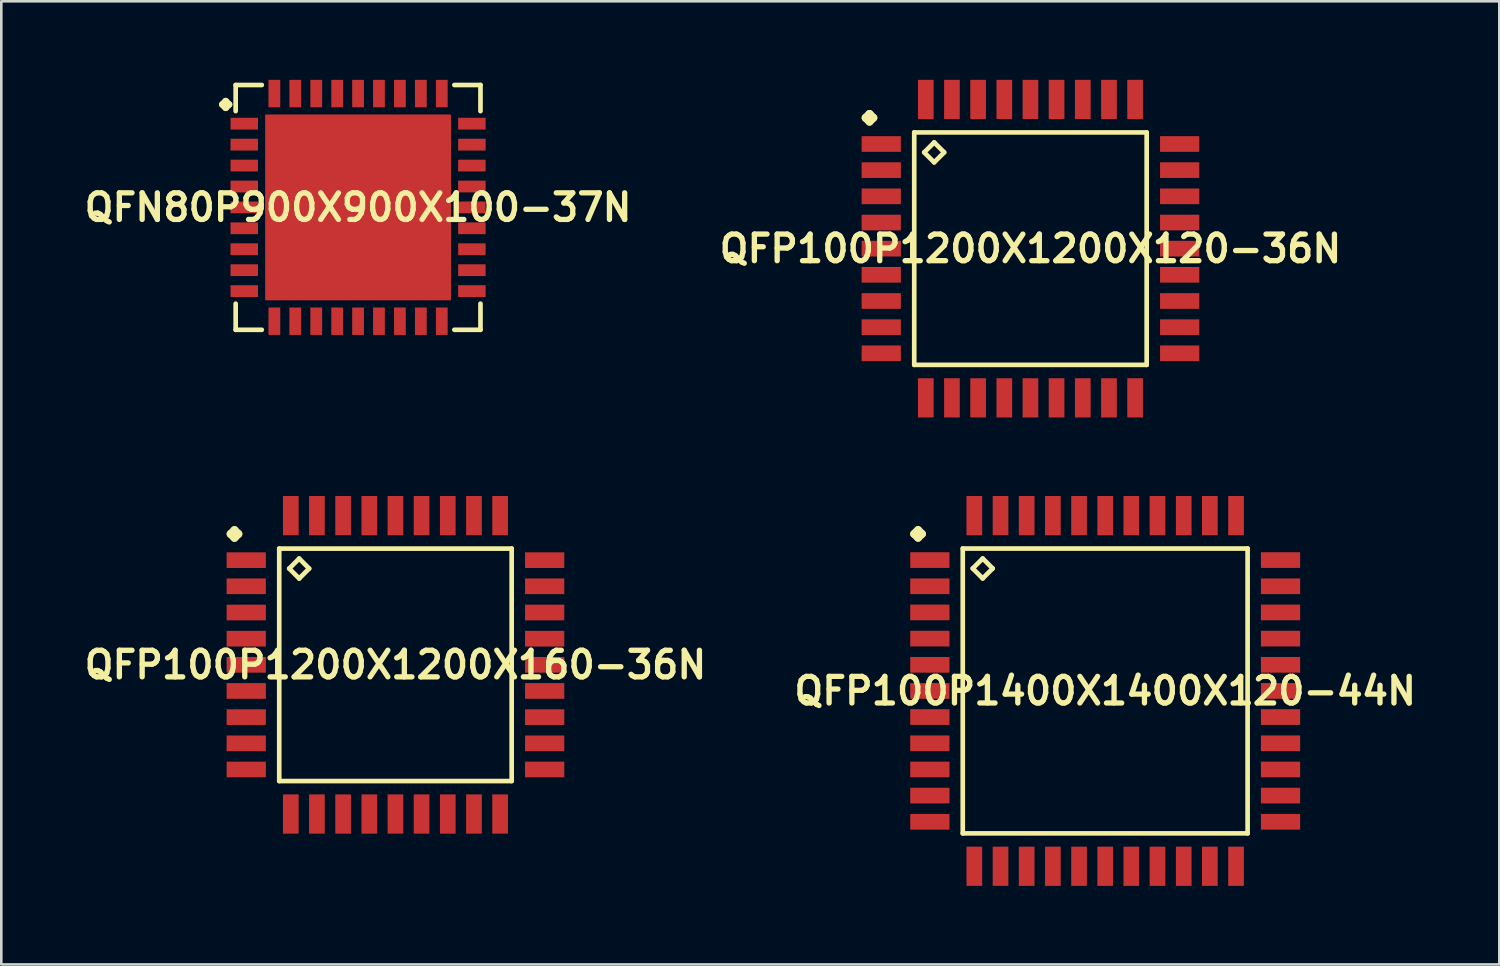
<source format=kicad_pcb>
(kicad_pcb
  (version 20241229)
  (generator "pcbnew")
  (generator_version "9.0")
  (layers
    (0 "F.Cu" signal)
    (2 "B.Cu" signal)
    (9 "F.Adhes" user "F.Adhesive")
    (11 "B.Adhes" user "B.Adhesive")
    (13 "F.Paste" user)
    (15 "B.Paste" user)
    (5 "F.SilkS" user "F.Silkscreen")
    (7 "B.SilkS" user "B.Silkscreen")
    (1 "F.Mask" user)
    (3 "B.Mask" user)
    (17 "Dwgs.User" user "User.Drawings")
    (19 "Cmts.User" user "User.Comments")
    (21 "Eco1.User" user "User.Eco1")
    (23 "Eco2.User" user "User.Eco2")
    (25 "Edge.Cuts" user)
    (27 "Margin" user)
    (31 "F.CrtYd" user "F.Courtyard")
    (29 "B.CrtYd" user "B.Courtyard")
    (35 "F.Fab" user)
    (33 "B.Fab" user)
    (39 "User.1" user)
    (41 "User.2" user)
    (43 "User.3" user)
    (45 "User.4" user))
  (footprint "QFP100P1200X1200X120-36N"
    (layer "F.Cu")
    (at 36.315 6.449)
    (property "Reference" "QFP100P1200X1200X120-36N" (at 0 0 0) (layer "F.SilkS") (effects (font (size 1.016 1.016) (thickness 0.203))))
    (attr smd)
    (fp_line (start -6.299 -4.999) (end -6.149 -5.149) (stroke (width 0.3) (type solid)) (layer "F.SilkS"))
    (fp_line (start -6.149 -5.149) (end -5.999 -4.999) (stroke (width 0.3) (type solid)) (layer "F.SilkS"))
    (fp_line (start -6.149 -4.849) (end -6.299 -4.999) (stroke (width 0.3) (type solid)) (layer "F.SilkS"))
    (fp_line (start -5.999 -4.999) (end -6.149 -4.849) (stroke (width 0.3) (type solid)) (layer "F.SilkS"))
    (fp_line (start -4.44 -4.44) (end -4.44 4.44) (stroke (width 0.178) (type solid)) (layer "F.SilkS"))
    (fp_line (start -4.44 4.44) (end 4.44 4.44) (stroke (width 0.178) (type solid)) (layer "F.SilkS"))
    (fp_line (start -4.059 -3.678) (end -3.678 -4.059) (stroke (width 0.178) (type solid)) (layer "F.SilkS"))
    (fp_line (start -3.678 -4.059) (end -3.297 -3.678) (stroke (width 0.178) (type solid)) (layer "F.SilkS"))
    (fp_line (start -3.678 -3.297) (end -4.059 -3.678) (stroke (width 0.178) (type solid)) (layer "F.SilkS"))
    (fp_line (start -3.297 -3.678) (end -3.678 -3.297) (stroke (width 0.178) (type solid)) (layer "F.SilkS"))
    (fp_line (start 4.44 -4.44) (end -4.44 -4.44) (stroke (width 0.178) (type solid)) (layer "F.SilkS"))
    (fp_line (start 4.44 4.44) (end 4.44 -4.44) (stroke (width 0.178) (type solid)) (layer "F.SilkS"))
    (pad "1" smd rect (at -5.7 -3.998) (size 1.499 0.599) (layers "F.Cu" "F.Mask" "F.Paste"))
    (pad "2" smd rect (at -5.7 -3) (size 1.499 0.599) (layers "F.Cu" "F.Mask" "F.Paste"))
    (pad "3" smd rect (at -5.7 -1.999) (size 1.499 0.599) (layers "F.Cu" "F.Mask" "F.Paste"))
    (pad "4" smd rect (at -5.7 -0.998) (size 1.499 0.599) (layers "F.Cu" "F.Mask" "F.Paste"))
    (pad "5" smd rect (at -5.7 0) (size 1.499 0.599) (layers "F.Cu" "F.Mask" "F.Paste"))
    (pad "6" smd rect (at -5.7 0.998) (size 1.499 0.599) (layers "F.Cu" "F.Mask" "F.Paste"))
    (pad "7" smd rect (at -5.7 1.999) (size 1.499 0.599) (layers "F.Cu" "F.Mask" "F.Paste"))
    (pad "8" smd rect (at -5.7 3) (size 1.499 0.599) (layers "F.Cu" "F.Mask" "F.Paste"))
    (pad "9" smd rect (at -5.7 3.998) (size 1.499 0.599) (layers "F.Cu" "F.Mask" "F.Paste"))
    (pad "10" smd rect (at -3.998 5.7) (size 0.599 1.499) (layers "F.Cu" "F.Mask" "F.Paste"))
    (pad "11" smd rect (at -3 5.7) (size 0.599 1.499) (layers "F.Cu" "F.Mask" "F.Paste"))
    (pad "12" smd rect (at -1.999 5.7) (size 0.599 1.499) (layers "F.Cu" "F.Mask" "F.Paste"))
    (pad "13" smd rect (at -0.998 5.7) (size 0.599 1.499) (layers "F.Cu" "F.Mask" "F.Paste"))
    (pad "14" smd rect (at 0 5.7) (size 0.599 1.499) (layers "F.Cu" "F.Mask" "F.Paste"))
    (pad "15" smd rect (at 0.998 5.7) (size 0.599 1.499) (layers "F.Cu" "F.Mask" "F.Paste"))
    (pad "16" smd rect (at 1.999 5.7) (size 0.599 1.499) (layers "F.Cu" "F.Mask" "F.Paste"))
    (pad "17" smd rect (at 3 5.7) (size 0.599 1.499) (layers "F.Cu" "F.Mask" "F.Paste"))
    (pad "18" smd rect (at 3.998 5.7) (size 0.599 1.499) (layers "F.Cu" "F.Mask" "F.Paste"))
    (pad "19" smd rect (at 5.7 3.998) (size 1.499 0.599) (layers "F.Cu" "F.Mask" "F.Paste"))
    (pad "20" smd rect (at 5.7 3) (size 1.499 0.599) (layers "F.Cu" "F.Mask" "F.Paste"))
    (pad "21" smd rect (at 5.7 1.999) (size 1.499 0.599) (layers "F.Cu" "F.Mask" "F.Paste"))
    (pad "22" smd rect (at 5.7 0.998) (size 1.499 0.599) (layers "F.Cu" "F.Mask" "F.Paste"))
    (pad "23" smd rect (at 5.7 0) (size 1.499 0.599) (layers "F.Cu" "F.Mask" "F.Paste"))
    (pad "24" smd rect (at 5.7 -0.998) (size 1.499 0.599) (layers "F.Cu" "F.Mask" "F.Paste"))
    (pad "25" smd rect (at 5.7 -1.999) (size 1.499 0.599) (layers "F.Cu" "F.Mask" "F.Paste"))
    (pad "26" smd rect (at 5.7 -3) (size 1.499 0.599) (layers "F.Cu" "F.Mask" "F.Paste"))
    (pad "27" smd rect (at 5.7 -3.998) (size 1.499 0.599) (layers "F.Cu" "F.Mask" "F.Paste"))
    (pad "28" smd rect (at 3.998 -5.7) (size 0.599 1.499) (layers "F.Cu" "F.Mask" "F.Paste"))
    (pad "29" smd rect (at 3 -5.7) (size 0.599 1.499) (layers "F.Cu" "F.Mask" "F.Paste"))
    (pad "30" smd rect (at 1.999 -5.7) (size 0.599 1.499) (layers "F.Cu" "F.Mask" "F.Paste"))
    (pad "31" smd rect (at 0.998 -5.7) (size 0.599 1.499) (layers "F.Cu" "F.Mask" "F.Paste"))
    (pad "32" smd rect (at 0 -5.7) (size 0.599 1.499) (layers "F.Cu" "F.Mask" "F.Paste"))
    (pad "33" smd rect (at -0.998 -5.7) (size 0.599 1.499) (layers "F.Cu" "F.Mask" "F.Paste"))
    (pad "34" smd rect (at -1.999 -5.7) (size 0.599 1.499) (layers "F.Cu" "F.Mask" "F.Paste"))
    (pad "35" smd rect (at -3 -5.7) (size 0.599 1.499) (layers "F.Cu" "F.Mask" "F.Paste"))
    (pad "36" smd rect (at -3.998 -5.7) (size 0.599 1.499) (layers "F.Cu" "F.Mask" "F.Paste")))
  (footprint "QFP100P1400X1400X120-44N"
    (layer "F.Cu")
    (at 39.17 23.345)
    (property "Reference" "QFP100P1400X1400X120-44N" (at 0 0 0) (layer "F.SilkS") (effects (font (size 1.016 1.016) (thickness 0.203))))
    (attr smd)
    (fp_line (start -7.3 -5.999) (end -7.148 -6.149) (stroke (width 0.3) (type solid)) (layer "F.SilkS"))
    (fp_line (start -7.148 -6.149) (end -6.998 -5.999) (stroke (width 0.3) (type solid)) (layer "F.SilkS"))
    (fp_line (start -7.148 -5.85) (end -7.3 -5.999) (stroke (width 0.3) (type solid)) (layer "F.SilkS"))
    (fp_line (start -6.998 -5.999) (end -7.148 -5.85) (stroke (width 0.3) (type solid)) (layer "F.SilkS"))
    (fp_line (start -5.441 -5.441) (end -5.441 5.441) (stroke (width 0.178) (type solid)) (layer "F.SilkS"))
    (fp_line (start -5.441 5.441) (end 5.441 5.441) (stroke (width 0.178) (type solid)) (layer "F.SilkS"))
    (fp_line (start -5.06 -4.679) (end -4.679 -5.06) (stroke (width 0.178) (type solid)) (layer "F.SilkS"))
    (fp_line (start -4.679 -5.06) (end -4.298 -4.679) (stroke (width 0.178) (type solid)) (layer "F.SilkS"))
    (fp_line (start -4.679 -4.298) (end -5.06 -4.679) (stroke (width 0.178) (type solid)) (layer "F.SilkS"))
    (fp_line (start -4.298 -4.679) (end -4.679 -4.298) (stroke (width 0.178) (type solid)) (layer "F.SilkS"))
    (fp_line (start 5.441 -5.441) (end -5.441 -5.441) (stroke (width 0.178) (type solid)) (layer "F.SilkS"))
    (fp_line (start 5.441 5.441) (end 5.441 -5.441) (stroke (width 0.178) (type solid)) (layer "F.SilkS"))
    (pad "1" smd rect (at -6.698 -4.999) (size 1.499 0.599) (layers "F.Cu" "F.Mask" "F.Paste"))
    (pad "2" smd rect (at -6.698 -3.998) (size 1.499 0.599) (layers "F.Cu" "F.Mask" "F.Paste"))
    (pad "3" smd rect (at -6.698 -3) (size 1.499 0.599) (layers "F.Cu" "F.Mask" "F.Paste"))
    (pad "4" smd rect (at -6.698 -1.999) (size 1.499 0.599) (layers "F.Cu" "F.Mask" "F.Paste"))
    (pad "5" smd rect (at -6.698 -0.998) (size 1.499 0.599) (layers "F.Cu" "F.Mask" "F.Paste"))
    (pad "6" smd rect (at -6.698 0) (size 1.499 0.599) (layers "F.Cu" "F.Mask" "F.Paste"))
    (pad "7" smd rect (at -6.698 0.998) (size 1.499 0.599) (layers "F.Cu" "F.Mask" "F.Paste"))
    (pad "8" smd rect (at -6.698 1.999) (size 1.499 0.599) (layers "F.Cu" "F.Mask" "F.Paste"))
    (pad "9" smd rect (at -6.698 3) (size 1.499 0.599) (layers "F.Cu" "F.Mask" "F.Paste"))
    (pad "10" smd rect (at -6.698 3.998) (size 1.499 0.599) (layers "F.Cu" "F.Mask" "F.Paste"))
    (pad "11" smd rect (at -6.698 4.999) (size 1.499 0.599) (layers "F.Cu" "F.Mask" "F.Paste"))
    (pad "12" smd rect (at -4.999 6.698) (size 0.599 1.499) (layers "F.Cu" "F.Mask" "F.Paste"))
    (pad "13" smd rect (at -3.998 6.698) (size 0.599 1.499) (layers "F.Cu" "F.Mask" "F.Paste"))
    (pad "14" smd rect (at -3 6.698) (size 0.599 1.499) (layers "F.Cu" "F.Mask" "F.Paste"))
    (pad "15" smd rect (at -1.999 6.698) (size 0.599 1.499) (layers "F.Cu" "F.Mask" "F.Paste"))
    (pad "16" smd rect (at -0.998 6.698) (size 0.599 1.499) (layers "F.Cu" "F.Mask" "F.Paste"))
    (pad "17" smd rect (at 0 6.698) (size 0.599 1.499) (layers "F.Cu" "F.Mask" "F.Paste"))
    (pad "18" smd rect (at 0.998 6.698) (size 0.599 1.499) (layers "F.Cu" "F.Mask" "F.Paste"))
    (pad "19" smd rect (at 1.999 6.698) (size 0.599 1.499) (layers "F.Cu" "F.Mask" "F.Paste"))
    (pad "20" smd rect (at 3 6.698) (size 0.599 1.499) (layers "F.Cu" "F.Mask" "F.Paste"))
    (pad "21" smd rect (at 3.998 6.698) (size 0.599 1.499) (layers "F.Cu" "F.Mask" "F.Paste"))
    (pad "22" smd rect (at 4.999 6.698) (size 0.599 1.499) (layers "F.Cu" "F.Mask" "F.Paste"))
    (pad "23" smd rect (at 6.698 4.999) (size 1.499 0.599) (layers "F.Cu" "F.Mask" "F.Paste"))
    (pad "24" smd rect (at 6.698 3.998) (size 1.499 0.599) (layers "F.Cu" "F.Mask" "F.Paste"))
    (pad "25" smd rect (at 6.698 3) (size 1.499 0.599) (layers "F.Cu" "F.Mask" "F.Paste"))
    (pad "26" smd rect (at 6.698 1.999) (size 1.499 0.599) (layers "F.Cu" "F.Mask" "F.Paste"))
    (pad "27" smd rect (at 6.698 0.998) (size 1.499 0.599) (layers "F.Cu" "F.Mask" "F.Paste"))
    (pad "28" smd rect (at 6.698 0) (size 1.499 0.599) (layers "F.Cu" "F.Mask" "F.Paste"))
    (pad "29" smd rect (at 6.698 -0.998) (size 1.499 0.599) (layers "F.Cu" "F.Mask" "F.Paste"))
    (pad "30" smd rect (at 6.698 -1.999) (size 1.499 0.599) (layers "F.Cu" "F.Mask" "F.Paste"))
    (pad "31" smd rect (at 6.698 -3) (size 1.499 0.599) (layers "F.Cu" "F.Mask" "F.Paste"))
    (pad "32" smd rect (at 6.698 -3.998) (size 1.499 0.599) (layers "F.Cu" "F.Mask" "F.Paste"))
    (pad "33" smd rect (at 6.698 -4.999) (size 1.499 0.599) (layers "F.Cu" "F.Mask" "F.Paste"))
    (pad "34" smd rect (at 4.999 -6.698) (size 0.599 1.499) (layers "F.Cu" "F.Mask" "F.Paste"))
    (pad "35" smd rect (at 3.998 -6.698) (size 0.599 1.499) (layers "F.Cu" "F.Mask" "F.Paste"))
    (pad "36" smd rect (at 3 -6.698) (size 0.599 1.499) (layers "F.Cu" "F.Mask" "F.Paste"))
    (pad "37" smd rect (at 1.999 -6.698) (size 0.599 1.499) (layers "F.Cu" "F.Mask" "F.Paste"))
    (pad "38" smd rect (at 0.998 -6.698) (size 0.599 1.499) (layers "F.Cu" "F.Mask" "F.Paste"))
    (pad "39" smd rect (at 0 -6.698) (size 0.599 1.499) (layers "F.Cu" "F.Mask" "F.Paste"))
    (pad "40" smd rect (at -0.998 -6.698) (size 0.599 1.499) (layers "F.Cu" "F.Mask" "F.Paste"))
    (pad "41" smd rect (at -1.999 -6.698) (size 0.599 1.499) (layers "F.Cu" "F.Mask" "F.Paste"))
    (pad "42" smd rect (at -3 -6.698) (size 0.599 1.499) (layers "F.Cu" "F.Mask" "F.Paste"))
    (pad "43" smd rect (at -3.998 -6.698) (size 0.599 1.499) (layers "F.Cu" "F.Mask" "F.Paste"))
    (pad "44" smd rect (at -4.999 -6.698) (size 0.599 1.499) (layers "F.Cu" "F.Mask" "F.Paste")))
  (footprint "QFP100P1200X1200X160-36N"
    (layer "F.Cu")
    (at 12.057 22.347)
    (property "Reference" "QFP100P1200X1200X160-36N" (at 0 0 0) (layer "F.SilkS") (effects (font (size 1.016 1.016) (thickness 0.203))))
    (attr smd)
    (fp_line (start -6.299 -4.999) (end -6.149 -5.149) (stroke (width 0.3) (type solid)) (layer "F.SilkS"))
    (fp_line (start -6.149 -5.149) (end -5.999 -4.999) (stroke (width 0.3) (type solid)) (layer "F.SilkS"))
    (fp_line (start -6.149 -4.849) (end -6.299 -4.999) (stroke (width 0.3) (type solid)) (layer "F.SilkS"))
    (fp_line (start -5.999 -4.999) (end -6.149 -4.849) (stroke (width 0.3) (type solid)) (layer "F.SilkS"))
    (fp_line (start -4.44 -4.44) (end -4.44 4.44) (stroke (width 0.178) (type solid)) (layer "F.SilkS"))
    (fp_line (start -4.44 4.44) (end 4.44 4.44) (stroke (width 0.178) (type solid)) (layer "F.SilkS"))
    (fp_line (start -4.059 -3.678) (end -3.678 -4.059) (stroke (width 0.178) (type solid)) (layer "F.SilkS"))
    (fp_line (start -3.678 -4.059) (end -3.297 -3.678) (stroke (width 0.178) (type solid)) (layer "F.SilkS"))
    (fp_line (start -3.678 -3.297) (end -4.059 -3.678) (stroke (width 0.178) (type solid)) (layer "F.SilkS"))
    (fp_line (start -3.297 -3.678) (end -3.678 -3.297) (stroke (width 0.178) (type solid)) (layer "F.SilkS"))
    (fp_line (start 4.44 -4.44) (end -4.44 -4.44) (stroke (width 0.178) (type solid)) (layer "F.SilkS"))
    (fp_line (start 4.44 4.44) (end 4.44 -4.44) (stroke (width 0.178) (type solid)) (layer "F.SilkS"))
    (pad "1" smd rect (at -5.7 -3.998) (size 1.499 0.599) (layers "F.Cu" "F.Mask" "F.Paste"))
    (pad "2" smd rect (at -5.7 -3) (size 1.499 0.599) (layers "F.Cu" "F.Mask" "F.Paste"))
    (pad "3" smd rect (at -5.7 -1.999) (size 1.499 0.599) (layers "F.Cu" "F.Mask" "F.Paste"))
    (pad "4" smd rect (at -5.7 -0.998) (size 1.499 0.599) (layers "F.Cu" "F.Mask" "F.Paste"))
    (pad "5" smd rect (at -5.7 0) (size 1.499 0.599) (layers "F.Cu" "F.Mask" "F.Paste"))
    (pad "6" smd rect (at -5.7 0.998) (size 1.499 0.599) (layers "F.Cu" "F.Mask" "F.Paste"))
    (pad "7" smd rect (at -5.7 1.999) (size 1.499 0.599) (layers "F.Cu" "F.Mask" "F.Paste"))
    (pad "8" smd rect (at -5.7 3) (size 1.499 0.599) (layers "F.Cu" "F.Mask" "F.Paste"))
    (pad "9" smd rect (at -5.7 3.998) (size 1.499 0.599) (layers "F.Cu" "F.Mask" "F.Paste"))
    (pad "10" smd rect (at -3.998 5.7) (size 0.599 1.499) (layers "F.Cu" "F.Mask" "F.Paste"))
    (pad "11" smd rect (at -3 5.7) (size 0.599 1.499) (layers "F.Cu" "F.Mask" "F.Paste"))
    (pad "12" smd rect (at -1.999 5.7) (size 0.599 1.499) (layers "F.Cu" "F.Mask" "F.Paste"))
    (pad "13" smd rect (at -0.998 5.7) (size 0.599 1.499) (layers "F.Cu" "F.Mask" "F.Paste"))
    (pad "14" smd rect (at 0 5.7) (size 0.599 1.499) (layers "F.Cu" "F.Mask" "F.Paste"))
    (pad "15" smd rect (at 0.998 5.7) (size 0.599 1.499) (layers "F.Cu" "F.Mask" "F.Paste"))
    (pad "16" smd rect (at 1.999 5.7) (size 0.599 1.499) (layers "F.Cu" "F.Mask" "F.Paste"))
    (pad "17" smd rect (at 3 5.7) (size 0.599 1.499) (layers "F.Cu" "F.Mask" "F.Paste"))
    (pad "18" smd rect (at 3.998 5.7) (size 0.599 1.499) (layers "F.Cu" "F.Mask" "F.Paste"))
    (pad "19" smd rect (at 5.7 3.998) (size 1.499 0.599) (layers "F.Cu" "F.Mask" "F.Paste"))
    (pad "20" smd rect (at 5.7 3) (size 1.499 0.599) (layers "F.Cu" "F.Mask" "F.Paste"))
    (pad "21" smd rect (at 5.7 1.999) (size 1.499 0.599) (layers "F.Cu" "F.Mask" "F.Paste"))
    (pad "22" smd rect (at 5.7 0.998) (size 1.499 0.599) (layers "F.Cu" "F.Mask" "F.Paste"))
    (pad "23" smd rect (at 5.7 0) (size 1.499 0.599) (layers "F.Cu" "F.Mask" "F.Paste"))
    (pad "24" smd rect (at 5.7 -0.998) (size 1.499 0.599) (layers "F.Cu" "F.Mask" "F.Paste"))
    (pad "25" smd rect (at 5.7 -1.999) (size 1.499 0.599) (layers "F.Cu" "F.Mask" "F.Paste"))
    (pad "26" smd rect (at 5.7 -3) (size 1.499 0.599) (layers "F.Cu" "F.Mask" "F.Paste"))
    (pad "27" smd rect (at 5.7 -3.998) (size 1.499 0.599) (layers "F.Cu" "F.Mask" "F.Paste"))
    (pad "28" smd rect (at 3.998 -5.7) (size 0.599 1.499) (layers "F.Cu" "F.Mask" "F.Paste"))
    (pad "29" smd rect (at 3 -5.7) (size 0.599 1.499) (layers "F.Cu" "F.Mask" "F.Paste"))
    (pad "30" smd rect (at 1.999 -5.7) (size 0.599 1.499) (layers "F.Cu" "F.Mask" "F.Paste"))
    (pad "31" smd rect (at 0.998 -5.7) (size 0.599 1.499) (layers "F.Cu" "F.Mask" "F.Paste"))
    (pad "32" smd rect (at 0 -5.7) (size 0.599 1.499) (layers "F.Cu" "F.Mask" "F.Paste"))
    (pad "33" smd rect (at -0.998 -5.7) (size 0.599 1.499) (layers "F.Cu" "F.Mask" "F.Paste"))
    (pad "34" smd rect (at -1.999 -5.7) (size 0.599 1.499) (layers "F.Cu" "F.Mask" "F.Paste"))
    (pad "35" smd rect (at -3 -5.7) (size 0.599 1.499) (layers "F.Cu" "F.Mask" "F.Paste"))
    (pad "36" smd rect (at -3.998 -5.7) (size 0.599 1.499) (layers "F.Cu" "F.Mask" "F.Paste")))
  (footprint "QFN80P900X900X100-37N"
    (layer "F.Cu")
    (at 10.629 4.873)
    (property "Reference" "QFN80P900X900X100-37N" (at 0 0 0) (layer "F.SilkS") (effects (font (size 1.016 1.016) (thickness 0.203))))
    (attr smd)
    (fp_line (start -5.184 -3.932) (end -5.057 -4.059) (stroke (width 0.254) (type solid)) (layer "F.SilkS"))
    (fp_line (start -5.057 -4.059) (end -4.93 -3.932) (stroke (width 0.254) (type solid)) (layer "F.SilkS"))
    (fp_line (start -5.057 -3.805) (end -5.184 -3.932) (stroke (width 0.254) (type solid)) (layer "F.SilkS"))
    (fp_line (start -4.93 -3.932) (end -5.057 -3.805) (stroke (width 0.254) (type solid)) (layer "F.SilkS"))
    (fp_line (start -4.676 -4.676) (end -3.678 -4.676) (stroke (width 0.178) (type solid)) (layer "F.SilkS"))
    (fp_line (start -4.676 -3.678) (end -4.676 -4.676) (stroke (width 0.178) (type solid)) (layer "F.SilkS"))
    (fp_line (start -4.676 3.678) (end -4.676 4.676) (stroke (width 0.178) (type solid)) (layer "F.SilkS"))
    (fp_line (start -4.676 4.676) (end -3.678 4.676) (stroke (width 0.178) (type solid)) (layer "F.SilkS"))
    (fp_line (start 3.678 -4.676) (end 4.676 -4.676) (stroke (width 0.178) (type solid)) (layer "F.SilkS"))
    (fp_line (start 3.678 4.676) (end 4.676 4.676) (stroke (width 0.178) (type solid)) (layer "F.SilkS"))
    (fp_line (start 4.676 -4.676) (end 4.676 -3.678) (stroke (width 0.178) (type solid)) (layer "F.SilkS"))
    (fp_line (start 4.676 4.676) (end 4.676 3.678) (stroke (width 0.178) (type solid)) (layer "F.SilkS"))
    (pad "1" smd rect (at -4.348 -3.198) (size 1.049 0.45) (layers "F.Cu" "F.Mask" "F.Paste"))
    (pad "2" smd rect (at -4.348 -2.398) (size 1.049 0.45) (layers "F.Cu" "F.Mask" "F.Paste"))
    (pad "3" smd rect (at -4.348 -1.598) (size 1.049 0.45) (layers "F.Cu" "F.Mask" "F.Paste"))
    (pad "4" smd rect (at -4.348 -0.798) (size 1.049 0.45) (layers "F.Cu" "F.Mask" "F.Paste"))
    (pad "5" smd rect (at -4.348 0) (size 1.049 0.45) (layers "F.Cu" "F.Mask" "F.Paste"))
    (pad "6" smd rect (at -4.348 0.798) (size 1.049 0.45) (layers "F.Cu" "F.Mask" "F.Paste"))
    (pad "7" smd rect (at -4.348 1.598) (size 1.049 0.45) (layers "F.Cu" "F.Mask" "F.Paste"))
    (pad "8" smd rect (at -4.348 2.398) (size 1.049 0.45) (layers "F.Cu" "F.Mask" "F.Paste"))
    (pad "9" smd rect (at -4.348 3.198) (size 1.049 0.45) (layers "F.Cu" "F.Mask" "F.Paste"))
    (pad "10" smd rect (at -3.198 4.348) (size 0.45 1.049) (layers "F.Cu" "F.Mask" "F.Paste"))
    (pad "11" smd rect (at -2.398 4.348) (size 0.45 1.049) (layers "F.Cu" "F.Mask" "F.Paste"))
    (pad "12" smd rect (at -1.598 4.348) (size 0.45 1.049) (layers "F.Cu" "F.Mask" "F.Paste"))
    (pad "13" smd rect (at -0.798 4.348) (size 0.45 1.049) (layers "F.Cu" "F.Mask" "F.Paste"))
    (pad "14" smd rect (at 0 4.348) (size 0.45 1.049) (layers "F.Cu" "F.Mask" "F.Paste"))
    (pad "15" smd rect (at 0.798 4.348) (size 0.45 1.049) (layers "F.Cu" "F.Mask" "F.Paste"))
    (pad "16" smd rect (at 1.598 4.348) (size 0.45 1.049) (layers "F.Cu" "F.Mask" "F.Paste"))
    (pad "17" smd rect (at 2.398 4.348) (size 0.45 1.049) (layers "F.Cu" "F.Mask" "F.Paste"))
    (pad "18" smd rect (at 3.198 4.348) (size 0.45 1.049) (layers "F.Cu" "F.Mask" "F.Paste"))
    (pad "19" smd rect (at 4.348 3.198) (size 1.049 0.45) (layers "F.Cu" "F.Mask" "F.Paste"))
    (pad "20" smd rect (at 4.348 2.398) (size 1.049 0.45) (layers "F.Cu" "F.Mask" "F.Paste"))
    (pad "21" smd rect (at 4.348 1.598) (size 1.049 0.45) (layers "F.Cu" "F.Mask" "F.Paste"))
    (pad "22" smd rect (at 4.348 0.798) (size 1.049 0.45) (layers "F.Cu" "F.Mask" "F.Paste"))
    (pad "23" smd rect (at 4.348 0) (size 1.049 0.45) (layers "F.Cu" "F.Mask" "F.Paste"))
    (pad "24" smd rect (at 4.348 -0.798) (size 1.049 0.45) (layers "F.Cu" "F.Mask" "F.Paste"))
    (pad "25" smd rect (at 4.348 -1.598) (size 1.049 0.45) (layers "F.Cu" "F.Mask" "F.Paste"))
    (pad "26" smd rect (at 4.348 -2.398) (size 1.049 0.45) (layers "F.Cu" "F.Mask" "F.Paste"))
    (pad "27" smd rect (at 4.348 -3.198) (size 1.049 0.45) (layers "F.Cu" "F.Mask" "F.Paste"))
    (pad "28" smd rect (at 3.198 -4.348) (size 0.45 1.049) (layers "F.Cu" "F.Mask" "F.Paste"))
    (pad "29" smd rect (at 2.398 -4.348) (size 0.45 1.049) (layers "F.Cu" "F.Mask" "F.Paste"))
    (pad "30" smd rect (at 1.598 -4.348) (size 0.45 1.049) (layers "F.Cu" "F.Mask" "F.Paste"))
    (pad "31" smd rect (at 0.798 -4.348) (size 0.45 1.049) (layers "F.Cu" "F.Mask" "F.Paste"))
    (pad "32" smd rect (at 0 -4.348) (size 0.45 1.049) (layers "F.Cu" "F.Mask" "F.Paste"))
    (pad "33" smd rect (at -0.798 -4.348) (size 0.45 1.049) (layers "F.Cu" "F.Mask" "F.Paste"))
    (pad "34" smd rect (at -1.598 -4.348) (size 0.45 1.049) (layers "F.Cu" "F.Mask" "F.Paste"))
    (pad "35" smd rect (at -2.398 -4.348) (size 0.45 1.049) (layers "F.Cu" "F.Mask" "F.Paste"))
    (pad "36" smd rect (at -3.198 -4.348) (size 0.45 1.049) (layers "F.Cu" "F.Mask" "F.Paste"))
    (pad "37" smd rect (at 0 0) (size 7.099 7.099) (layers "F.Cu" "F.Mask" "F.Paste")))
  (gr_rect
    (start -3 -3)
    (end 54.226 33.793)
    (stroke (width 0.1) (type default))
    (fill no)
    (layer "Edge.Cuts")))
</source>
